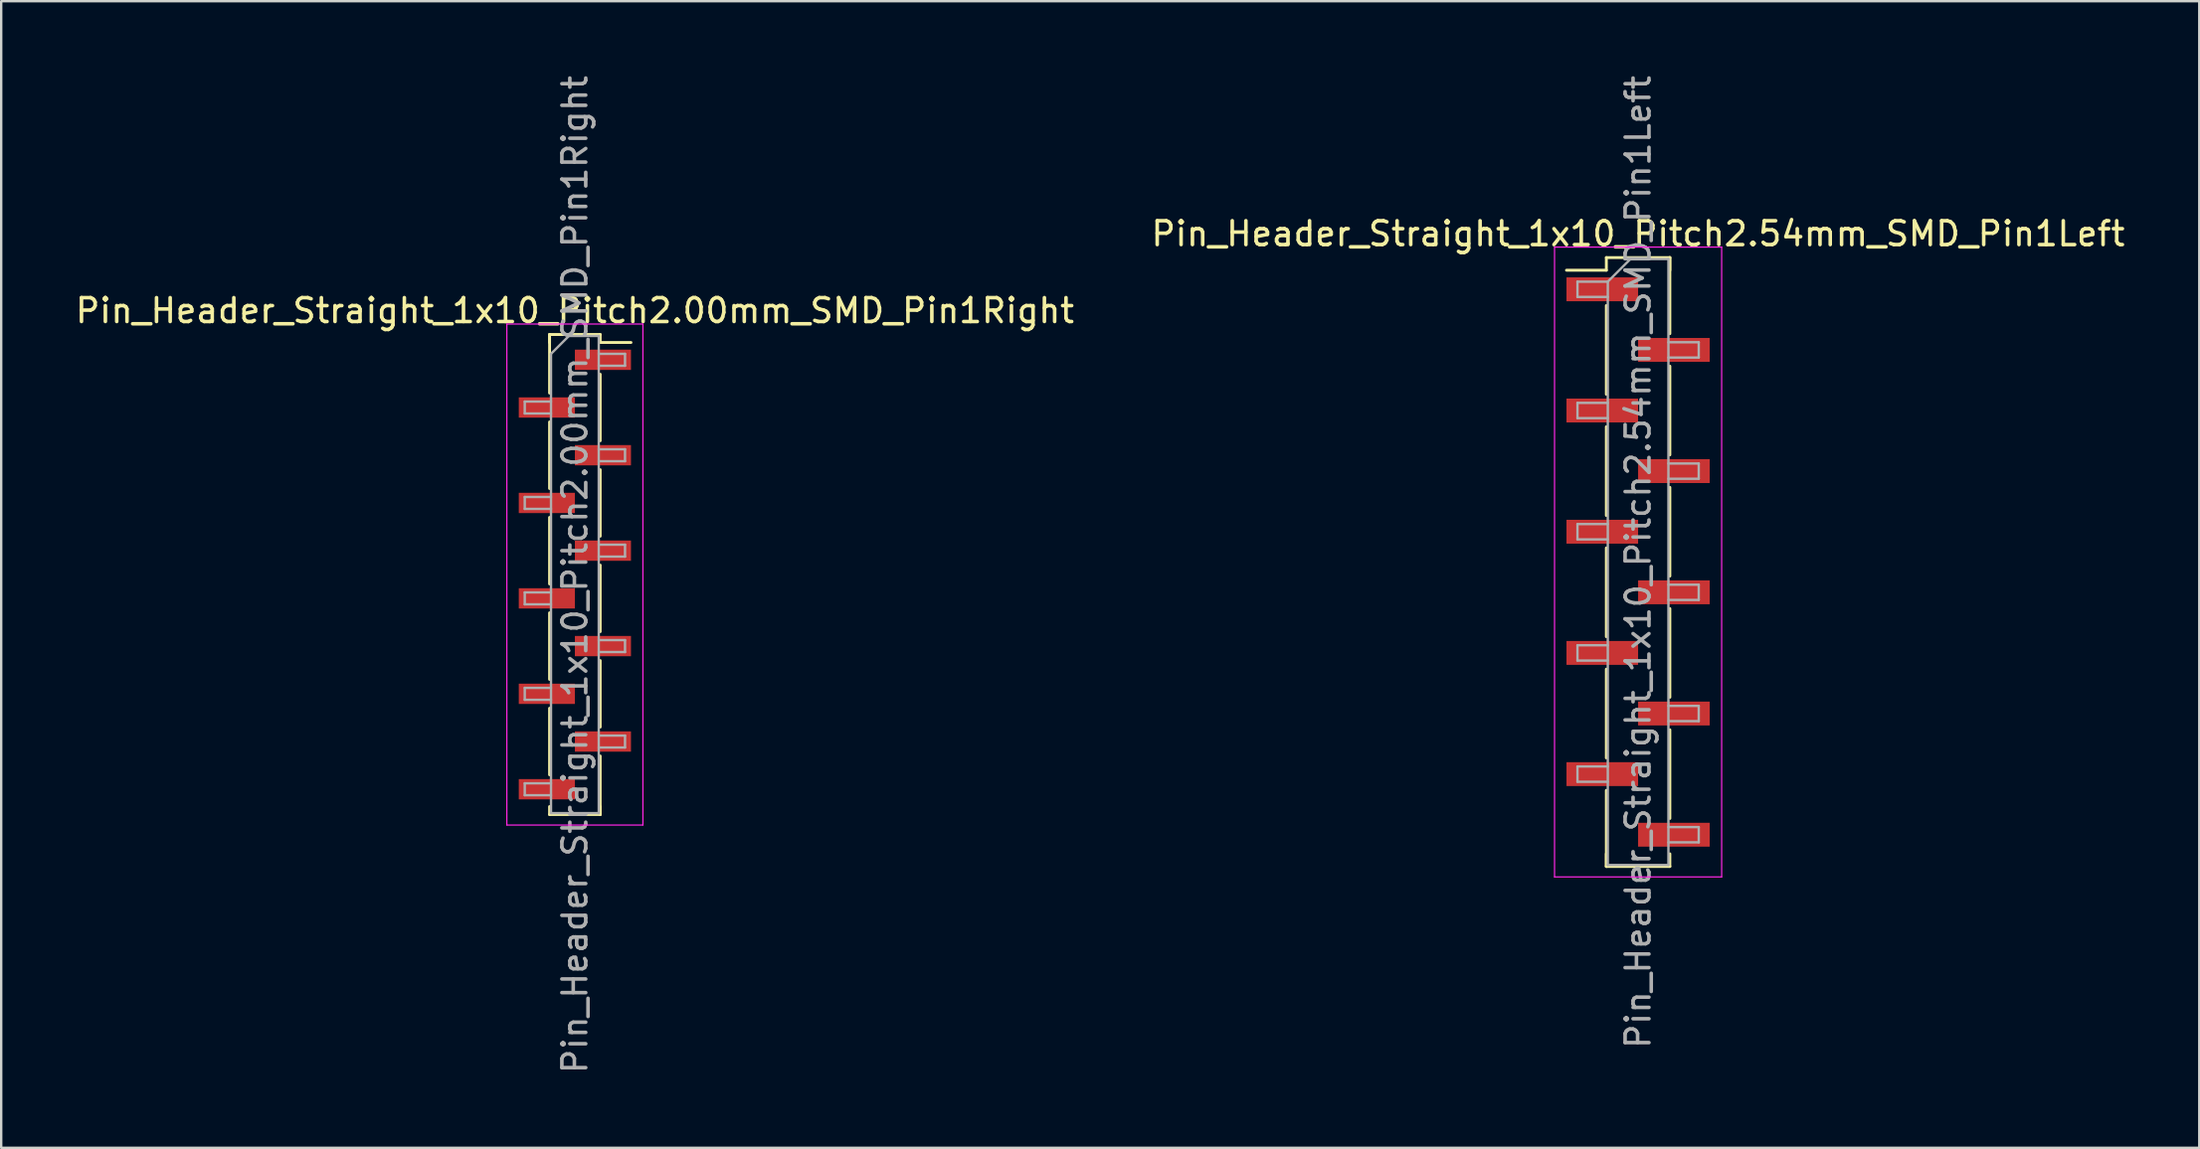
<source format=kicad_pcb>
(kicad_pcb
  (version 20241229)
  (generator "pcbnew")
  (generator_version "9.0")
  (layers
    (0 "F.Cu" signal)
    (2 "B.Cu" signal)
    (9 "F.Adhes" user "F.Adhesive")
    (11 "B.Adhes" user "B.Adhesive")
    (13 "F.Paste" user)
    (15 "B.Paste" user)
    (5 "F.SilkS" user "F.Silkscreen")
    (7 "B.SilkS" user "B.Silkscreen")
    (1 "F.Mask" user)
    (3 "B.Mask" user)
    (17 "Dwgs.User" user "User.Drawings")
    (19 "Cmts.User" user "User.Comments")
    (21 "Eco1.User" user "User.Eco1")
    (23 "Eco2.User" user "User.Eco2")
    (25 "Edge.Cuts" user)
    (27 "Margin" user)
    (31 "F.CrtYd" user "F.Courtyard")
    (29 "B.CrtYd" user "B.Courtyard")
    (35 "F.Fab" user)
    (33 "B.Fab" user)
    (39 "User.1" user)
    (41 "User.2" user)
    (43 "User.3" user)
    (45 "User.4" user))
  (footprint "Pin_Header_Straight_1x10_Pitch2.54mm_SMD_Pin1Left"
    (layer "F.Cu")
    (at 65.565 20.506)
    (property "Reference" "Pin_Header_Straight_1x10_Pitch2.54mm_SMD_Pin1Left" (at 0 -13.76 0) (layer "F.SilkS") (effects (font (size 1 1) (thickness 0.15))))
    (attr smd)
    (fp_line (start -1.33 -12.76) (end 1.33 -12.76) (stroke (width 0.12) (type solid)) (layer "F.SilkS"))
    (fp_line (start -1.33 -12.23) (end -3 -12.23) (stroke (width 0.12) (type solid)) (layer "F.SilkS"))
    (fp_line (start -1.33 -12.23) (end -1.33 -12.76) (stroke (width 0.12) (type solid)) (layer "F.SilkS"))
    (fp_line (start -1.33 -10.75) (end -1.33 -7.03) (stroke (width 0.12) (type solid)) (layer "F.SilkS"))
    (fp_line (start -1.33 -5.67) (end -1.33 -1.95) (stroke (width 0.12) (type solid)) (layer "F.SilkS"))
    (fp_line (start -1.33 -0.59) (end -1.33 3.13) (stroke (width 0.12) (type solid)) (layer "F.SilkS"))
    (fp_line (start -1.33 4.49) (end -1.33 8.21) (stroke (width 0.12) (type solid)) (layer "F.SilkS"))
    (fp_line (start -1.33 9.57) (end -1.33 12.76) (stroke (width 0.12) (type solid)) (layer "F.SilkS"))
    (fp_line (start -1.33 12.23) (end -1.33 12.76) (stroke (width 0.12) (type solid)) (layer "F.SilkS"))
    (fp_line (start -1.33 12.76) (end 1.33 12.76) (stroke (width 0.12) (type solid)) (layer "F.SilkS"))
    (fp_line (start 1.33 -12.76) (end 1.33 -12.23) (stroke (width 0.12) (type solid)) (layer "F.SilkS"))
    (fp_line (start 1.33 -12.76) (end 1.33 -9.57) (stroke (width 0.12) (type solid)) (layer "F.SilkS"))
    (fp_line (start 1.33 -8.21) (end 1.33 -4.49) (stroke (width 0.12) (type solid)) (layer "F.SilkS"))
    (fp_line (start 1.33 -3.13) (end 1.33 0.59) (stroke (width 0.12) (type solid)) (layer "F.SilkS"))
    (fp_line (start 1.33 1.95) (end 1.33 5.67) (stroke (width 0.12) (type solid)) (layer "F.SilkS"))
    (fp_line (start 1.33 7.03) (end 1.33 10.75) (stroke (width 0.12) (type solid)) (layer "F.SilkS"))
    (fp_line (start 1.33 12.76) (end 1.33 12.23) (stroke (width 0.12) (type solid)) (layer "F.SilkS"))
    (fp_line (start -3.5 -13.2) (end -3.5 13.2) (stroke (width 0.05) (type solid)) (layer "F.CrtYd"))
    (fp_line (start -3.5 13.2) (end 3.5 13.2) (stroke (width 0.05) (type solid)) (layer "F.CrtYd"))
    (fp_line (start 3.5 -13.2) (end -3.5 -13.2) (stroke (width 0.05) (type solid)) (layer "F.CrtYd"))
    (fp_line (start 3.5 13.2) (end 3.5 -13.2) (stroke (width 0.05) (type solid)) (layer "F.CrtYd"))
    (fp_line (start -2.54 -11.75) (end -2.54 -11.11) (stroke (width 0.1) (type solid)) (layer "F.Fab"))
    (fp_line (start -2.54 -11.11) (end -1.27 -11.11) (stroke (width 0.1) (type solid)) (layer "F.Fab"))
    (fp_line (start -2.54 -6.67) (end -2.54 -6.03) (stroke (width 0.1) (type solid)) (layer "F.Fab"))
    (fp_line (start -2.54 -6.03) (end -1.27 -6.03) (stroke (width 0.1) (type solid)) (layer "F.Fab"))
    (fp_line (start -2.54 -1.59) (end -2.54 -0.95) (stroke (width 0.1) (type solid)) (layer "F.Fab"))
    (fp_line (start -2.54 -0.95) (end -1.27 -0.95) (stroke (width 0.1) (type solid)) (layer "F.Fab"))
    (fp_line (start -2.54 3.49) (end -2.54 4.13) (stroke (width 0.1) (type solid)) (layer "F.Fab"))
    (fp_line (start -2.54 4.13) (end -1.27 4.13) (stroke (width 0.1) (type solid)) (layer "F.Fab"))
    (fp_line (start -2.54 8.57) (end -2.54 9.21) (stroke (width 0.1) (type solid)) (layer "F.Fab"))
    (fp_line (start -2.54 9.21) (end -1.27 9.21) (stroke (width 0.1) (type solid)) (layer "F.Fab"))
    (fp_line (start -1.27 -11.75) (end -2.54 -11.75) (stroke (width 0.1) (type solid)) (layer "F.Fab"))
    (fp_line (start -1.27 -11.75) (end -0.32 -12.7) (stroke (width 0.1) (type solid)) (layer "F.Fab"))
    (fp_line (start -1.27 -6.67) (end -2.54 -6.67) (stroke (width 0.1) (type solid)) (layer "F.Fab"))
    (fp_line (start -1.27 -1.59) (end -2.54 -1.59) (stroke (width 0.1) (type solid)) (layer "F.Fab"))
    (fp_line (start -1.27 3.49) (end -2.54 3.49) (stroke (width 0.1) (type solid)) (layer "F.Fab"))
    (fp_line (start -1.27 8.57) (end -2.54 8.57) (stroke (width 0.1) (type solid)) (layer "F.Fab"))
    (fp_line (start -1.27 12.7) (end -1.27 -11.75) (stroke (width 0.1) (type solid)) (layer "F.Fab"))
    (fp_line (start -0.32 -12.7) (end 1.27 -12.7) (stroke (width 0.1) (type solid)) (layer "F.Fab"))
    (fp_line (start 1.27 -12.7) (end 1.27 12.7) (stroke (width 0.1) (type solid)) (layer "F.Fab"))
    (fp_line (start 1.27 -9.21) (end 2.54 -9.21) (stroke (width 0.1) (type solid)) (layer "F.Fab"))
    (fp_line (start 1.27 -4.13) (end 2.54 -4.13) (stroke (width 0.1) (type solid)) (layer "F.Fab"))
    (fp_line (start 1.27 0.95) (end 2.54 0.95) (stroke (width 0.1) (type solid)) (layer "F.Fab"))
    (fp_line (start 1.27 6.03) (end 2.54 6.03) (stroke (width 0.1) (type solid)) (layer "F.Fab"))
    (fp_line (start 1.27 11.11) (end 2.54 11.11) (stroke (width 0.1) (type solid)) (layer "F.Fab"))
    (fp_line (start 1.27 12.7) (end -1.27 12.7) (stroke (width 0.1) (type solid)) (layer "F.Fab"))
    (fp_line (start 2.54 -9.21) (end 2.54 -8.57) (stroke (width 0.1) (type solid)) (layer "F.Fab"))
    (fp_line (start 2.54 -8.57) (end 1.27 -8.57) (stroke (width 0.1) (type solid)) (layer "F.Fab"))
    (fp_line (start 2.54 -4.13) (end 2.54 -3.49) (stroke (width 0.1) (type solid)) (layer "F.Fab"))
    (fp_line (start 2.54 -3.49) (end 1.27 -3.49) (stroke (width 0.1) (type solid)) (layer "F.Fab"))
    (fp_line (start 2.54 0.95) (end 2.54 1.59) (stroke (width 0.1) (type solid)) (layer "F.Fab"))
    (fp_line (start 2.54 1.59) (end 1.27 1.59) (stroke (width 0.1) (type solid)) (layer "F.Fab"))
    (fp_line (start 2.54 6.03) (end 2.54 6.67) (stroke (width 0.1) (type solid)) (layer "F.Fab"))
    (fp_line (start 2.54 6.67) (end 1.27 6.67) (stroke (width 0.1) (type solid)) (layer "F.Fab"))
    (fp_line (start 2.54 11.11) (end 2.54 11.75) (stroke (width 0.1) (type solid)) (layer "F.Fab"))
    (fp_line (start 2.54 11.75) (end 1.27 11.75) (stroke (width 0.1) (type solid)) (layer "F.Fab"))
    (fp_text user "${REFERENCE}" (at 0 0 90) (layer "F.Fab") (effects (font (size 1 1) (thickness 0.15))))
    (pad "1" smd rect (at -1.5 -11.43) (size 3 1) (layers "F.Cu" "F.Mask" "F.Paste"))
    (pad "2" smd rect (at 1.5 -8.89) (size 3 1) (layers "F.Cu" "F.Mask" "F.Paste"))
    (pad "3" smd rect (at -1.5 -6.35) (size 3 1) (layers "F.Cu" "F.Mask" "F.Paste"))
    (pad "4" smd rect (at 1.5 -3.81) (size 3 1) (layers "F.Cu" "F.Mask" "F.Paste"))
    (pad "5" smd rect (at -1.5 -1.27) (size 3 1) (layers "F.Cu" "F.Mask" "F.Paste"))
    (pad "6" smd rect (at 1.5 1.27) (size 3 1) (layers "F.Cu" "F.Mask" "F.Paste"))
    (pad "7" smd rect (at -1.5 3.81) (size 3 1) (layers "F.Cu" "F.Mask" "F.Paste"))
    (pad "8" smd rect (at 1.5 6.35) (size 3 1) (layers "F.Cu" "F.Mask" "F.Paste"))
    (pad "9" smd rect (at -1.5 8.89) (size 3 1) (layers "F.Cu" "F.Mask" "F.Paste"))
    (pad "10" smd rect (at 1.5 11.43) (size 3 1) (layers "F.Cu" "F.Mask" "F.Paste")))
  (footprint "Pin_Header_Straight_1x10_Pitch2.00mm_SMD_Pin1Right"
    (layer "F.Cu")
    (at 21.03 21.03)
    (property "Reference" "Pin_Header_Straight_1x10_Pitch2.00mm_SMD_Pin1Right" (at 0 -11.06 0) (layer "F.SilkS") (effects (font (size 1 1) (thickness 0.15))))
    (attr smd)
    (fp_line (start -1.06 -10.06) (end -1.06 -7.605) (stroke (width 0.12) (type solid)) (layer "F.SilkS"))
    (fp_line (start -1.06 -10.06) (end 1.06 -10.06) (stroke (width 0.12) (type solid)) (layer "F.SilkS"))
    (fp_line (start -1.06 -9.725) (end -1.06 -10.06) (stroke (width 0.12) (type solid)) (layer "F.SilkS"))
    (fp_line (start -1.06 -6.395) (end -1.06 -3.605) (stroke (width 0.12) (type solid)) (layer "F.SilkS"))
    (fp_line (start -1.06 -2.395) (end -1.06 0.395) (stroke (width 0.12) (type solid)) (layer "F.SilkS"))
    (fp_line (start -1.06 1.605) (end -1.06 4.395) (stroke (width 0.12) (type solid)) (layer "F.SilkS"))
    (fp_line (start -1.06 5.605) (end -1.06 8.395) (stroke (width 0.12) (type solid)) (layer "F.SilkS"))
    (fp_line (start -1.06 9.725) (end -1.06 10.06) (stroke (width 0.12) (type solid)) (layer "F.SilkS"))
    (fp_line (start -1.06 10.06) (end 1.06 10.06) (stroke (width 0.12) (type solid)) (layer "F.SilkS"))
    (fp_line (start 1.06 -10.06) (end 1.06 -9.725) (stroke (width 0.12) (type solid)) (layer "F.SilkS"))
    (fp_line (start 1.06 -9.725) (end 2.35 -9.725) (stroke (width 0.12) (type solid)) (layer "F.SilkS"))
    (fp_line (start 1.06 -8.395) (end 1.06 -5.605) (stroke (width 0.12) (type solid)) (layer "F.SilkS"))
    (fp_line (start 1.06 -4.395) (end 1.06 -1.605) (stroke (width 0.12) (type solid)) (layer "F.SilkS"))
    (fp_line (start 1.06 -0.395) (end 1.06 2.395) (stroke (width 0.12) (type solid)) (layer "F.SilkS"))
    (fp_line (start 1.06 3.605) (end 1.06 6.395) (stroke (width 0.12) (type solid)) (layer "F.SilkS"))
    (fp_line (start 1.06 7.605) (end 1.06 10.06) (stroke (width 0.12) (type solid)) (layer "F.SilkS"))
    (fp_line (start 1.06 10.06) (end 1.06 9.725) (stroke (width 0.12) (type solid)) (layer "F.SilkS"))
    (fp_line (start -2.85 -10.5) (end -2.85 10.5) (stroke (width 0.05) (type solid)) (layer "F.CrtYd"))
    (fp_line (start -2.85 10.5) (end 2.85 10.5) (stroke (width 0.05) (type solid)) (layer "F.CrtYd"))
    (fp_line (start 2.85 -10.5) (end -2.85 -10.5) (stroke (width 0.05) (type solid)) (layer "F.CrtYd"))
    (fp_line (start 2.85 10.5) (end 2.85 -10.5) (stroke (width 0.05) (type solid)) (layer "F.CrtYd"))
    (fp_line (start -2.1 -7.25) (end -2.1 -6.75) (stroke (width 0.1) (type solid)) (layer "F.Fab"))
    (fp_line (start -2.1 -6.75) (end -1 -6.75) (stroke (width 0.1) (type solid)) (layer "F.Fab"))
    (fp_line (start -2.1 -3.25) (end -2.1 -2.75) (stroke (width 0.1) (type solid)) (layer "F.Fab"))
    (fp_line (start -2.1 -2.75) (end -1 -2.75) (stroke (width 0.1) (type solid)) (layer "F.Fab"))
    (fp_line (start -2.1 0.75) (end -2.1 1.25) (stroke (width 0.1) (type solid)) (layer "F.Fab"))
    (fp_line (start -2.1 1.25) (end -1 1.25) (stroke (width 0.1) (type solid)) (layer "F.Fab"))
    (fp_line (start -2.1 4.75) (end -2.1 5.25) (stroke (width 0.1) (type solid)) (layer "F.Fab"))
    (fp_line (start -2.1 5.25) (end -1 5.25) (stroke (width 0.1) (type solid)) (layer "F.Fab"))
    (fp_line (start -2.1 8.75) (end -2.1 9.25) (stroke (width 0.1) (type solid)) (layer "F.Fab"))
    (fp_line (start -2.1 9.25) (end -1 9.25) (stroke (width 0.1) (type solid)) (layer "F.Fab"))
    (fp_line (start -1 -9.25) (end -0.25 -10) (stroke (width 0.1) (type solid)) (layer "F.Fab"))
    (fp_line (start -1 -7.25) (end -2.1 -7.25) (stroke (width 0.1) (type solid)) (layer "F.Fab"))
    (fp_line (start -1 -3.25) (end -2.1 -3.25) (stroke (width 0.1) (type solid)) (layer "F.Fab"))
    (fp_line (start -1 0.75) (end -2.1 0.75) (stroke (width 0.1) (type solid)) (layer "F.Fab"))
    (fp_line (start -1 4.75) (end -2.1 4.75) (stroke (width 0.1) (type solid)) (layer "F.Fab"))
    (fp_line (start -1 8.75) (end -2.1 8.75) (stroke (width 0.1) (type solid)) (layer "F.Fab"))
    (fp_line (start -1 10) (end -1 -9.25) (stroke (width 0.1) (type solid)) (layer "F.Fab"))
    (fp_line (start -0.25 -10) (end 1 -10) (stroke (width 0.1) (type solid)) (layer "F.Fab"))
    (fp_line (start 1 -10) (end 1 10) (stroke (width 0.1) (type solid)) (layer "F.Fab"))
    (fp_line (start 1 -9.25) (end 2.1 -9.25) (stroke (width 0.1) (type solid)) (layer "F.Fab"))
    (fp_line (start 1 -5.25) (end 2.1 -5.25) (stroke (width 0.1) (type solid)) (layer "F.Fab"))
    (fp_line (start 1 -1.25) (end 2.1 -1.25) (stroke (width 0.1) (type solid)) (layer "F.Fab"))
    (fp_line (start 1 2.75) (end 2.1 2.75) (stroke (width 0.1) (type solid)) (layer "F.Fab"))
    (fp_line (start 1 6.75) (end 2.1 6.75) (stroke (width 0.1) (type solid)) (layer "F.Fab"))
    (fp_line (start 1 10) (end -1 10) (stroke (width 0.1) (type solid)) (layer "F.Fab"))
    (fp_line (start 2.1 -9.25) (end 2.1 -8.75) (stroke (width 0.1) (type solid)) (layer "F.Fab"))
    (fp_line (start 2.1 -8.75) (end 1 -8.75) (stroke (width 0.1) (type solid)) (layer "F.Fab"))
    (fp_line (start 2.1 -5.25) (end 2.1 -4.75) (stroke (width 0.1) (type solid)) (layer "F.Fab"))
    (fp_line (start 2.1 -4.75) (end 1 -4.75) (stroke (width 0.1) (type solid)) (layer "F.Fab"))
    (fp_line (start 2.1 -1.25) (end 2.1 -0.75) (stroke (width 0.1) (type solid)) (layer "F.Fab"))
    (fp_line (start 2.1 -0.75) (end 1 -0.75) (stroke (width 0.1) (type solid)) (layer "F.Fab"))
    (fp_line (start 2.1 2.75) (end 2.1 3.25) (stroke (width 0.1) (type solid)) (layer "F.Fab"))
    (fp_line (start 2.1 3.25) (end 1 3.25) (stroke (width 0.1) (type solid)) (layer "F.Fab"))
    (fp_line (start 2.1 6.75) (end 2.1 7.25) (stroke (width 0.1) (type solid)) (layer "F.Fab"))
    (fp_line (start 2.1 7.25) (end 1 7.25) (stroke (width 0.1) (type solid)) (layer "F.Fab"))
    (fp_text user "${REFERENCE}" (at 0 0 90) (layer "F.Fab") (effects (font (size 1 1) (thickness 0.15))))
    (pad "1" smd rect (at 1.175 -9) (size 2.35 0.85) (layers "F.Cu" "F.Mask" "F.Paste"))
    (pad "2" smd rect (at -1.175 -7) (size 2.35 0.85) (layers "F.Cu" "F.Mask" "F.Paste"))
    (pad "3" smd rect (at 1.175 -5) (size 2.35 0.85) (layers "F.Cu" "F.Mask" "F.Paste"))
    (pad "4" smd rect (at -1.175 -3) (size 2.35 0.85) (layers "F.Cu" "F.Mask" "F.Paste"))
    (pad "5" smd rect (at 1.175 -1) (size 2.35 0.85) (layers "F.Cu" "F.Mask" "F.Paste"))
    (pad "6" smd rect (at -1.175 1) (size 2.35 0.85) (layers "F.Cu" "F.Mask" "F.Paste"))
    (pad "7" smd rect (at 1.175 3) (size 2.35 0.85) (layers "F.Cu" "F.Mask" "F.Paste"))
    (pad "8" smd rect (at -1.175 5) (size 2.35 0.85) (layers "F.Cu" "F.Mask" "F.Paste"))
    (pad "9" smd rect (at 1.175 7) (size 2.35 0.85) (layers "F.Cu" "F.Mask" "F.Paste"))
    (pad "10" smd rect (at -1.175 9) (size 2.35 0.85) (layers "F.Cu" "F.Mask" "F.Paste")))
  (gr_rect
    (start -3 -3)
    (end 89.071 45.06)
    (stroke (width 0.1) (type default))
    (fill no)
    (layer "Edge.Cuts")))
</source>
